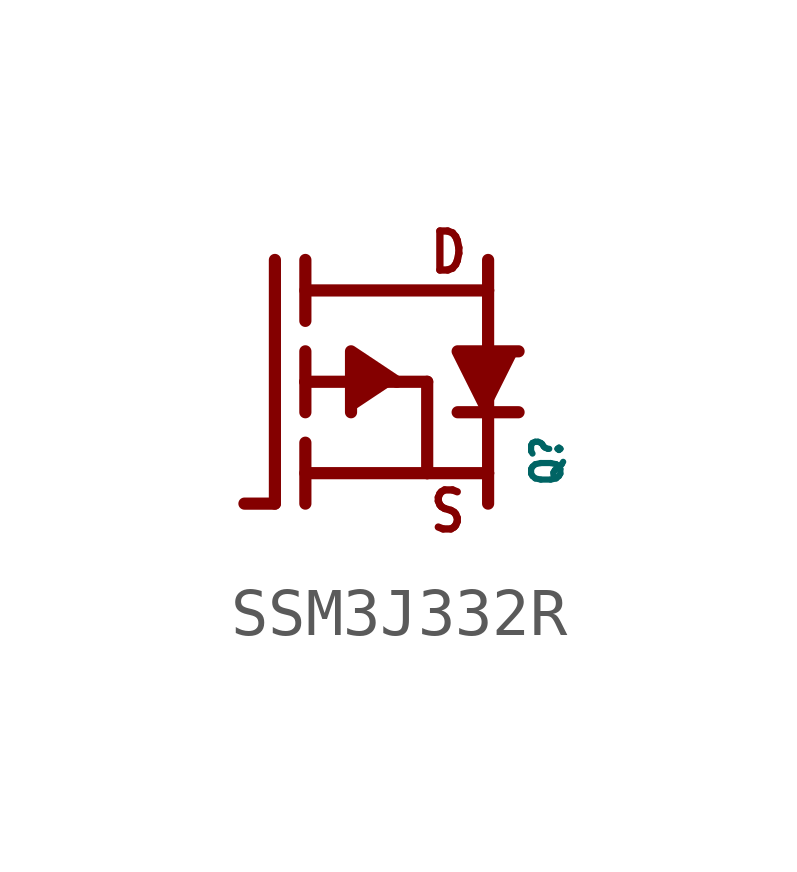
<source format=kicad_sym>
(kicad_symbol_lib
  (version 20220914)
  (generator kicad_symbol_editor)
  (symbol "SSM3J332R"
    (property "Reference" "Q"
      (at 4.128 -2.223 90)
      (effects (font (size 0.61 0.518)) (justify left bottom)))
    (property "ki_locked" ""
      (at 0 0 0)
      (effects (font (size 1.27 1.27))))
    (symbol "SSM3J332R_1_0"
      (polyline (pts (xy -2.54 -2.54) (xy -1.905 -2.54)) (stroke (width 0.254) (type solid)) (fill (type none)))
      (polyline (pts (xy -1.905 -2.54) (xy -1.905 2.54)) (stroke (width 0.254) (type solid)) (fill (type none)))
      (polyline (pts (xy -1.27 -2.54) (xy -1.27 -1.27)) (stroke (width 0.254) (type solid)) (fill (type none)))
      (polyline (pts (xy -1.27 -1.905) (xy 1.27 -1.905)) (stroke (width 0.254) (type solid)) (fill (type none)))
      (polyline (pts (xy -1.27 -0.635) (xy -1.27 0)) (stroke (width 0.254) (type solid)) (fill (type none)))
      (polyline (pts (xy -1.27 0) (xy -1.27 0.635)) (stroke (width 0.254) (type solid)) (fill (type none)))
      (polyline (pts (xy -1.27 0) (xy 1.27 0)) (stroke (width 0.254) (type solid)) (fill (type none)))
      (polyline (pts (xy -1.27 1.27) (xy -1.27 2.54)) (stroke (width 0.254) (type solid)) (fill (type none)))
      (polyline (pts (xy -1.27 1.905) (xy 2.54 1.905)) (stroke (width 0.254) (type solid)) (fill (type none)))
      (polyline (pts (xy 1.27 -1.905) (xy 2.54 -1.905)) (stroke (width 0.254) (type solid)) (fill (type none)))
      (polyline (pts (xy 1.27 0) (xy 1.27 -1.905)) (stroke (width 0.254) (type solid)) (fill (type none)))
      (polyline (pts (xy 1.905 -0.635) (xy 3.175 -0.635)) (stroke (width 0.254) (type solid)) (fill (type none)))
      (polyline (pts (xy 2.54 -1.905) (xy 2.54 -2.54)) (stroke (width 0.254) (type solid)) (fill (type none)))
      (polyline (pts (xy 2.54 1.905) (xy 2.54 -1.905)) (stroke (width 0.254) (type solid)) (fill (type none)))
      (polyline (pts (xy 2.54 1.905) (xy 2.54 2.54)) (stroke (width 0.254) (type solid)) (fill (type none)))
      (polyline (pts (xy -0.318 -0.635) (xy -0.318 0.635) (xy 0.635 0)) (stroke (width 0.254) (type solid)) (fill (type outline)))
      (polyline (pts (xy 2.54 -0.635) (xy 1.905 0.635) (xy 3.175 0.635)) (stroke (width 0.254) (type solid)) (fill (type outline)))
      (text "D" (at 1.27 2.223 0) (effects (font (size 0.813 0.691)) (justify left bottom)))
      (text "S" (at 1.27 -3.175 0) (effects (font (size 0.813 0.691)) (justify left bottom)))
      (pin passive line (at 2.54 2.54 0) (length 0) (name "DRAIN" (effects (font (size 0 0)))) (number "D" (effects (font (size 0 0)))))
      (pin passive line (at -2.54 -2.54 0) (length 0) (name "GATE" (effects (font (size 0 0)))) (number "G" (effects (font (size 0 0)))))
      (pin passive line (at 2.54 -2.54 0) (length 0) (name "SOURCE" (effects (font (size 0 0)))) (number "S" (effects (font (size 0 0))))))))
</source>
